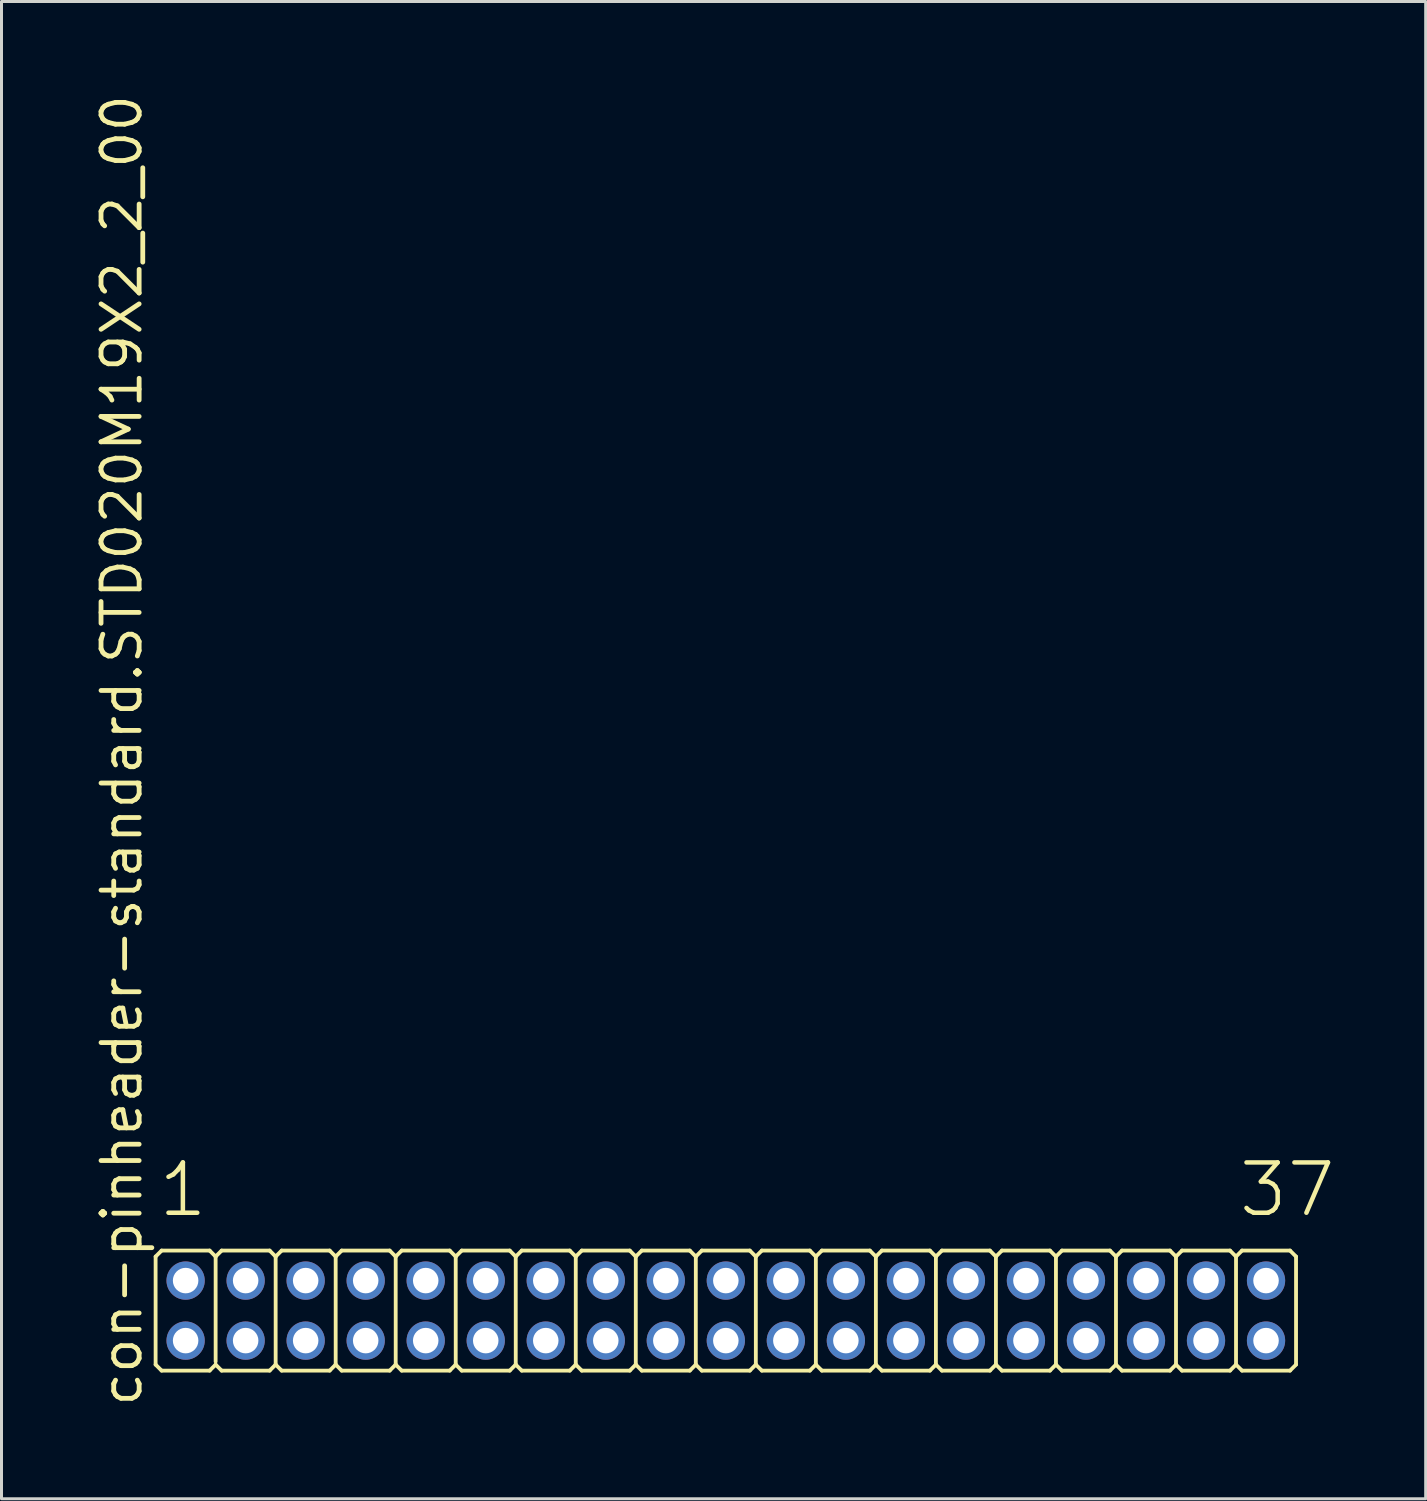
<source format=kicad_pcb>
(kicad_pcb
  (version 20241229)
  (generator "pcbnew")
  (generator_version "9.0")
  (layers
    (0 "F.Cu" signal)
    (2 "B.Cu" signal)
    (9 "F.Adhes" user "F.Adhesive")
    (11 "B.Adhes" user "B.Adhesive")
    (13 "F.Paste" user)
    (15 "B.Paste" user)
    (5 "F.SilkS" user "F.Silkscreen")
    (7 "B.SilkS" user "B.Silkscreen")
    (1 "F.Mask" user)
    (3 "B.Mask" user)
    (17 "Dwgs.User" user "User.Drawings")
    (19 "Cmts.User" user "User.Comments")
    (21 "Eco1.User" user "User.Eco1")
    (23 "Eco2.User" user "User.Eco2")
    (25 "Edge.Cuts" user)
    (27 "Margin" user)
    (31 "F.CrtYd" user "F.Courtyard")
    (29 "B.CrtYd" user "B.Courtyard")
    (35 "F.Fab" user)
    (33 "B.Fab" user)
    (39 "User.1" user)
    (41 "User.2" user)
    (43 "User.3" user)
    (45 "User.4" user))
  (footprint "con-pinheader-standard.STD020M19X2_2_00"
    (layer "F.Cu")
    (at 21.135 40.62)
    (property "Reference" "con-pinheader-standard.STD020M19X2_2_00" (at -19.385 3.27 90) (layer "F.SilkS") (effects (font (size 1.27 1.27) (thickness 0.16)) (justify left bottom)))
    (attr through_hole)
    (fp_line (start -19 1.8) (end -19 -1.8) (stroke (width 0.127) (type default)) (layer "F.SilkS"))
    (fp_line (start -18.8 -2) (end -19 -1.8) (stroke (width 0.127) (type default)) (layer "F.SilkS"))
    (fp_line (start -18.8 -2) (end -17.2 -2) (stroke (width 0.127) (type default)) (layer "F.SilkS"))
    (fp_line (start -18.8 2) (end -19 1.8) (stroke (width 0.127) (type default)) (layer "F.SilkS"))
    (fp_line (start -17.2 -2) (end -17 -1.8) (stroke (width 0.127) (type default)) (layer "F.SilkS"))
    (fp_line (start -17.2 2) (end -18.8 2) (stroke (width 0.127) (type default)) (layer "F.SilkS"))
    (fp_line (start -17.2 2) (end -17 1.8) (stroke (width 0.127) (type default)) (layer "F.SilkS"))
    (fp_line (start -17 -1.8) (end -17 1.7) (stroke (width 0.127) (type default)) (layer "F.SilkS"))
    (fp_line (start -16.8 -2) (end -17 -1.8) (stroke (width 0.127) (type default)) (layer "F.SilkS"))
    (fp_line (start -16.8 -2) (end -15.2 -2) (stroke (width 0.127) (type default)) (layer "F.SilkS"))
    (fp_line (start -16.8 2) (end -17 1.8) (stroke (width 0.127) (type default)) (layer "F.SilkS"))
    (fp_line (start -15.2 -2) (end -15 -1.8) (stroke (width 0.127) (type default)) (layer "F.SilkS"))
    (fp_line (start -15.2 2) (end -16.8 2) (stroke (width 0.127) (type default)) (layer "F.SilkS"))
    (fp_line (start -15.2 2) (end -15 1.8) (stroke (width 0.127) (type default)) (layer "F.SilkS"))
    (fp_line (start -15 -1.8) (end -15 1.8) (stroke (width 0.127) (type default)) (layer "F.SilkS"))
    (fp_line (start -14.8 -2) (end -15 -1.8) (stroke (width 0.127) (type default)) (layer "F.SilkS"))
    (fp_line (start -14.8 -2) (end -13.2 -2) (stroke (width 0.127) (type default)) (layer "F.SilkS"))
    (fp_line (start -14.8 2) (end -15 1.8) (stroke (width 0.127) (type default)) (layer "F.SilkS"))
    (fp_line (start -13.2 -2) (end -13 -1.8) (stroke (width 0.127) (type default)) (layer "F.SilkS"))
    (fp_line (start -13.2 2) (end -14.8 2) (stroke (width 0.127) (type default)) (layer "F.SilkS"))
    (fp_line (start -13.2 2) (end -13 1.8) (stroke (width 0.127) (type default)) (layer "F.SilkS"))
    (fp_line (start -13 -1.8) (end -13 1.8) (stroke (width 0.127) (type default)) (layer "F.SilkS"))
    (fp_line (start -12.8 -2) (end -13 -1.8) (stroke (width 0.127) (type default)) (layer "F.SilkS"))
    (fp_line (start -12.8 -2) (end -11.2 -2) (stroke (width 0.127) (type default)) (layer "F.SilkS"))
    (fp_line (start -12.8 2) (end -13 1.8) (stroke (width 0.127) (type default)) (layer "F.SilkS"))
    (fp_line (start -11.2 -2) (end -11 -1.8) (stroke (width 0.127) (type default)) (layer "F.SilkS"))
    (fp_line (start -11.2 2) (end -12.8 2) (stroke (width 0.127) (type default)) (layer "F.SilkS"))
    (fp_line (start -11.2 2) (end -11 1.8) (stroke (width 0.127) (type default)) (layer "F.SilkS"))
    (fp_line (start -11 -1.8) (end -11 1.8) (stroke (width 0.127) (type default)) (layer "F.SilkS"))
    (fp_line (start -10.8 -2) (end -11 -1.8) (stroke (width 0.127) (type default)) (layer "F.SilkS"))
    (fp_line (start -10.8 -2) (end -9.2 -2) (stroke (width 0.127) (type default)) (layer "F.SilkS"))
    (fp_line (start -10.8 2) (end -11 1.8) (stroke (width 0.127) (type default)) (layer "F.SilkS"))
    (fp_line (start -9.2 -2) (end -9 -1.8) (stroke (width 0.127) (type default)) (layer "F.SilkS"))
    (fp_line (start -9.2 2) (end -10.8 2) (stroke (width 0.127) (type default)) (layer "F.SilkS"))
    (fp_line (start -9.2 2) (end -9 1.8) (stroke (width 0.127) (type default)) (layer "F.SilkS"))
    (fp_line (start -9 -1.8) (end -9 1.8) (stroke (width 0.127) (type default)) (layer "F.SilkS"))
    (fp_line (start -8.8 -2) (end -9 -1.8) (stroke (width 0.127) (type default)) (layer "F.SilkS"))
    (fp_line (start -8.8 -2) (end -7.2 -2) (stroke (width 0.127) (type default)) (layer "F.SilkS"))
    (fp_line (start -8.8 2) (end -9 1.8) (stroke (width 0.127) (type default)) (layer "F.SilkS"))
    (fp_line (start -7.2 -2) (end -7 -1.8) (stroke (width 0.127) (type default)) (layer "F.SilkS"))
    (fp_line (start -7.2 2) (end -8.8 2) (stroke (width 0.127) (type default)) (layer "F.SilkS"))
    (fp_line (start -7.2 2) (end -7 1.8) (stroke (width 0.127) (type default)) (layer "F.SilkS"))
    (fp_line (start -7 -1.8) (end -7 1.8) (stroke (width 0.127) (type default)) (layer "F.SilkS"))
    (fp_line (start -6.8 -2) (end -7 -1.8) (stroke (width 0.127) (type default)) (layer "F.SilkS"))
    (fp_line (start -6.8 -2) (end -5.2 -2) (stroke (width 0.127) (type default)) (layer "F.SilkS"))
    (fp_line (start -6.8 2) (end -7 1.8) (stroke (width 0.127) (type default)) (layer "F.SilkS"))
    (fp_line (start -5.2 -2) (end -5 -1.8) (stroke (width 0.127) (type default)) (layer "F.SilkS"))
    (fp_line (start -5.2 2) (end -6.8 2) (stroke (width 0.127) (type default)) (layer "F.SilkS"))
    (fp_line (start -5.2 2) (end -5 1.8) (stroke (width 0.127) (type default)) (layer "F.SilkS"))
    (fp_line (start -5 -1.8) (end -5 1.8) (stroke (width 0.127) (type default)) (layer "F.SilkS"))
    (fp_line (start -4.8 -2) (end -5 -1.8) (stroke (width 0.127) (type default)) (layer "F.SilkS"))
    (fp_line (start -4.8 -2) (end -3.2 -2) (stroke (width 0.127) (type default)) (layer "F.SilkS"))
    (fp_line (start -4.8 2) (end -5 1.8) (stroke (width 0.127) (type default)) (layer "F.SilkS"))
    (fp_line (start -3.2 -2) (end -3 -1.8) (stroke (width 0.127) (type default)) (layer "F.SilkS"))
    (fp_line (start -3.2 2) (end -4.8 2) (stroke (width 0.127) (type default)) (layer "F.SilkS"))
    (fp_line (start -3.2 2) (end -3 1.8) (stroke (width 0.127) (type default)) (layer "F.SilkS"))
    (fp_line (start -3 -1.8) (end -3 1.8) (stroke (width 0.127) (type default)) (layer "F.SilkS"))
    (fp_line (start -2.8 -2) (end -3 -1.8) (stroke (width 0.127) (type default)) (layer "F.SilkS"))
    (fp_line (start -2.8 -2) (end -1.2 -2) (stroke (width 0.127) (type default)) (layer "F.SilkS"))
    (fp_line (start -2.8 2) (end -3 1.8) (stroke (width 0.127) (type default)) (layer "F.SilkS"))
    (fp_line (start -1.2 -2) (end -1 -1.8) (stroke (width 0.127) (type default)) (layer "F.SilkS"))
    (fp_line (start -1.2 2) (end -2.8 2) (stroke (width 0.127) (type default)) (layer "F.SilkS"))
    (fp_line (start -1.2 2) (end -1 1.8) (stroke (width 0.127) (type default)) (layer "F.SilkS"))
    (fp_line (start -1 -1.8) (end -1 1.8) (stroke (width 0.127) (type default)) (layer "F.SilkS"))
    (fp_line (start -0.8 -2) (end -1 -1.8) (stroke (width 0.127) (type default)) (layer "F.SilkS"))
    (fp_line (start -0.8 -2) (end 0.8 -2) (stroke (width 0.127) (type default)) (layer "F.SilkS"))
    (fp_line (start -0.8 2) (end -1 1.8) (stroke (width 0.127) (type default)) (layer "F.SilkS"))
    (fp_line (start 0.8 -2) (end 1 -1.8) (stroke (width 0.127) (type default)) (layer "F.SilkS"))
    (fp_line (start 0.8 2) (end -0.8 2) (stroke (width 0.127) (type default)) (layer "F.SilkS"))
    (fp_line (start 0.8 2) (end 1 1.8) (stroke (width 0.127) (type default)) (layer "F.SilkS"))
    (fp_line (start 1 -1.8) (end 1 1.8) (stroke (width 0.127) (type default)) (layer "F.SilkS"))
    (fp_line (start 1.2 -2) (end 1 -1.8) (stroke (width 0.127) (type default)) (layer "F.SilkS"))
    (fp_line (start 1.2 -2) (end 2.8 -2) (stroke (width 0.127) (type default)) (layer "F.SilkS"))
    (fp_line (start 1.2 2) (end 1 1.8) (stroke (width 0.127) (type default)) (layer "F.SilkS"))
    (fp_line (start 2.8 -2) (end 3 -1.8) (stroke (width 0.127) (type default)) (layer "F.SilkS"))
    (fp_line (start 2.8 2) (end 1.2 2) (stroke (width 0.127) (type default)) (layer "F.SilkS"))
    (fp_line (start 2.8 2) (end 3 1.8) (stroke (width 0.127) (type default)) (layer "F.SilkS"))
    (fp_line (start 3 -1.8) (end 3 1.8) (stroke (width 0.127) (type default)) (layer "F.SilkS"))
    (fp_line (start 3.2 -2) (end 3 -1.8) (stroke (width 0.127) (type default)) (layer "F.SilkS"))
    (fp_line (start 3.2 -2) (end 4.8 -2) (stroke (width 0.127) (type default)) (layer "F.SilkS"))
    (fp_line (start 3.2 2) (end 3 1.8) (stroke (width 0.127) (type default)) (layer "F.SilkS"))
    (fp_line (start 4.8 -2) (end 5 -1.8) (stroke (width 0.127) (type default)) (layer "F.SilkS"))
    (fp_line (start 4.8 2) (end 3.2 2) (stroke (width 0.127) (type default)) (layer "F.SilkS"))
    (fp_line (start 4.8 2) (end 5 1.8) (stroke (width 0.127) (type default)) (layer "F.SilkS"))
    (fp_line (start 5 -1.8) (end 5 1.8) (stroke (width 0.127) (type default)) (layer "F.SilkS"))
    (fp_line (start 5.2 -2) (end 5 -1.8) (stroke (width 0.127) (type default)) (layer "F.SilkS"))
    (fp_line (start 5.2 -2) (end 6.8 -2) (stroke (width 0.127) (type default)) (layer "F.SilkS"))
    (fp_line (start 5.2 2) (end 5 1.8) (stroke (width 0.127) (type default)) (layer "F.SilkS"))
    (fp_line (start 6.8 -2) (end 7 -1.8) (stroke (width 0.127) (type default)) (layer "F.SilkS"))
    (fp_line (start 6.8 2) (end 5.2 2) (stroke (width 0.127) (type default)) (layer "F.SilkS"))
    (fp_line (start 6.8 2) (end 7 1.8) (stroke (width 0.127) (type default)) (layer "F.SilkS"))
    (fp_line (start 7 -1.8) (end 7 1.8) (stroke (width 0.127) (type default)) (layer "F.SilkS"))
    (fp_line (start 7.2 -2) (end 7 -1.8) (stroke (width 0.127) (type default)) (layer "F.SilkS"))
    (fp_line (start 7.2 -2) (end 8.8 -2) (stroke (width 0.127) (type default)) (layer "F.SilkS"))
    (fp_line (start 7.2 2) (end 7 1.8) (stroke (width 0.127) (type default)) (layer "F.SilkS"))
    (fp_line (start 8.8 -2) (end 9 -1.8) (stroke (width 0.127) (type default)) (layer "F.SilkS"))
    (fp_line (start 8.8 2) (end 7.2 2) (stroke (width 0.127) (type default)) (layer "F.SilkS"))
    (fp_line (start 8.8 2) (end 9 1.8) (stroke (width 0.127) (type default)) (layer "F.SilkS"))
    (fp_line (start 9 -1.8) (end 9 1.8) (stroke (width 0.127) (type default)) (layer "F.SilkS"))
    (fp_line (start 9.2 -2) (end 9 -1.8) (stroke (width 0.127) (type default)) (layer "F.SilkS"))
    (fp_line (start 9.2 -2) (end 10.8 -2) (stroke (width 0.127) (type default)) (layer "F.SilkS"))
    (fp_line (start 9.2 2) (end 9 1.8) (stroke (width 0.127) (type default)) (layer "F.SilkS"))
    (fp_line (start 10.8 -2) (end 11 -1.8) (stroke (width 0.127) (type default)) (layer "F.SilkS"))
    (fp_line (start 10.8 2) (end 9.2 2) (stroke (width 0.127) (type default)) (layer "F.SilkS"))
    (fp_line (start 10.8 2) (end 11 1.8) (stroke (width 0.127) (type default)) (layer "F.SilkS"))
    (fp_line (start 11 -1.8) (end 11 1.8) (stroke (width 0.127) (type default)) (layer "F.SilkS"))
    (fp_line (start 11.2 -2) (end 11 -1.8) (stroke (width 0.127) (type default)) (layer "F.SilkS"))
    (fp_line (start 11.2 -2) (end 12.8 -2) (stroke (width 0.127) (type default)) (layer "F.SilkS"))
    (fp_line (start 11.2 2) (end 11 1.8) (stroke (width 0.127) (type default)) (layer "F.SilkS"))
    (fp_line (start 12.8 -2) (end 13 -1.8) (stroke (width 0.127) (type default)) (layer "F.SilkS"))
    (fp_line (start 12.8 2) (end 11.2 2) (stroke (width 0.127) (type default)) (layer "F.SilkS"))
    (fp_line (start 12.8 2) (end 13 1.8) (stroke (width 0.127) (type default)) (layer "F.SilkS"))
    (fp_line (start 13 -1.8) (end 13 1.8) (stroke (width 0.127) (type default)) (layer "F.SilkS"))
    (fp_line (start 13.2 -2) (end 13 -1.8) (stroke (width 0.127) (type default)) (layer "F.SilkS"))
    (fp_line (start 13.2 -2) (end 14.8 -2) (stroke (width 0.127) (type default)) (layer "F.SilkS"))
    (fp_line (start 13.2 2) (end 13 1.8) (stroke (width 0.127) (type default)) (layer "F.SilkS"))
    (fp_line (start 14.8 -2) (end 15 -1.8) (stroke (width 0.127) (type default)) (layer "F.SilkS"))
    (fp_line (start 14.8 2) (end 13.2 2) (stroke (width 0.127) (type default)) (layer "F.SilkS"))
    (fp_line (start 14.8 2) (end 15 1.8) (stroke (width 0.127) (type default)) (layer "F.SilkS"))
    (fp_line (start 15 -1.8) (end 15 1.8) (stroke (width 0.127) (type default)) (layer "F.SilkS"))
    (fp_line (start 15.2 -2) (end 15 -1.8) (stroke (width 0.127) (type default)) (layer "F.SilkS"))
    (fp_line (start 15.2 -2) (end 16.8 -2) (stroke (width 0.127) (type default)) (layer "F.SilkS"))
    (fp_line (start 15.2 2) (end 15 1.8) (stroke (width 0.127) (type default)) (layer "F.SilkS"))
    (fp_line (start 16.8 -2) (end 17 -1.8) (stroke (width 0.127) (type default)) (layer "F.SilkS"))
    (fp_line (start 16.8 2) (end 15.2 2) (stroke (width 0.127) (type default)) (layer "F.SilkS"))
    (fp_line (start 16.8 2) (end 17 1.8) (stroke (width 0.127) (type default)) (layer "F.SilkS"))
    (fp_line (start 17 -1.8) (end 17 1.8) (stroke (width 0.127) (type default)) (layer "F.SilkS"))
    (fp_line (start 17.2 -2) (end 17 -1.8) (stroke (width 0.127) (type default)) (layer "F.SilkS"))
    (fp_line (start 17.2 -2) (end 18.8 -2) (stroke (width 0.127) (type default)) (layer "F.SilkS"))
    (fp_line (start 17.2 2) (end 17 1.8) (stroke (width 0.127) (type default)) (layer "F.SilkS"))
    (fp_line (start 18.8 -2) (end 19 -1.8) (stroke (width 0.127) (type default)) (layer "F.SilkS"))
    (fp_line (start 18.8 2) (end 17.2 2) (stroke (width 0.127) (type default)) (layer "F.SilkS"))
    (fp_line (start 18.8 2) (end 19 1.8) (stroke (width 0.127) (type default)) (layer "F.SilkS"))
    (fp_line (start 19 -1.8) (end 19 1.8) (stroke (width 0.127) (type default)) (layer "F.SilkS"))
    (fp_rect (start -18.25 -0.75) (end -17.75 -1.25) (stroke (width 0.05) (type default)) (fill no) (layer "F.Fab"))
    (fp_rect (start -18.25 1.25) (end -17.75 0.75) (stroke (width 0.05) (type default)) (fill no) (layer "F.Fab"))
    (fp_rect (start -16.25 -0.75) (end -15.75 -1.25) (stroke (width 0.05) (type default)) (fill no) (layer "F.Fab"))
    (fp_rect (start -16.25 1.25) (end -15.75 0.75) (stroke (width 0.05) (type default)) (fill no) (layer "F.Fab"))
    (fp_rect (start -14.25 -0.75) (end -13.75 -1.25) (stroke (width 0.05) (type default)) (fill no) (layer "F.Fab"))
    (fp_rect (start -14.25 1.25) (end -13.75 0.75) (stroke (width 0.05) (type default)) (fill no) (layer "F.Fab"))
    (fp_rect (start -12.25 -0.75) (end -11.75 -1.25) (stroke (width 0.05) (type default)) (fill no) (layer "F.Fab"))
    (fp_rect (start -12.25 1.25) (end -11.75 0.75) (stroke (width 0.05) (type default)) (fill no) (layer "F.Fab"))
    (fp_rect (start -10.25 -0.75) (end -9.75 -1.25) (stroke (width 0.05) (type default)) (fill no) (layer "F.Fab"))
    (fp_rect (start -10.25 1.25) (end -9.75 0.75) (stroke (width 0.05) (type default)) (fill no) (layer "F.Fab"))
    (fp_rect (start -8.25 -0.75) (end -7.75 -1.25) (stroke (width 0.05) (type default)) (fill no) (layer "F.Fab"))
    (fp_rect (start -8.25 1.25) (end -7.75 0.75) (stroke (width 0.05) (type default)) (fill no) (layer "F.Fab"))
    (fp_rect (start -6.25 -0.75) (end -5.75 -1.25) (stroke (width 0.05) (type default)) (fill no) (layer "F.Fab"))
    (fp_rect (start -6.25 1.25) (end -5.75 0.75) (stroke (width 0.05) (type default)) (fill no) (layer "F.Fab"))
    (fp_rect (start -4.25 -0.75) (end -3.75 -1.25) (stroke (width 0.05) (type default)) (fill no) (layer "F.Fab"))
    (fp_rect (start -4.25 1.25) (end -3.75 0.75) (stroke (width 0.05) (type default)) (fill no) (layer "F.Fab"))
    (fp_rect (start -2.25 -0.75) (end -1.75 -1.25) (stroke (width 0.05) (type default)) (fill no) (layer "F.Fab"))
    (fp_rect (start -2.25 1.25) (end -1.75 0.75) (stroke (width 0.05) (type default)) (fill no) (layer "F.Fab"))
    (fp_rect (start -0.25 -0.75) (end 0.25 -1.25) (stroke (width 0.05) (type default)) (fill no) (layer "F.Fab"))
    (fp_rect (start -0.25 1.25) (end 0.25 0.75) (stroke (width 0.05) (type default)) (fill no) (layer "F.Fab"))
    (fp_rect (start 1.75 -0.75) (end 2.25 -1.25) (stroke (width 0.05) (type default)) (fill no) (layer "F.Fab"))
    (fp_rect (start 1.75 1.25) (end 2.25 0.75) (stroke (width 0.05) (type default)) (fill no) (layer "F.Fab"))
    (fp_rect (start 3.75 -0.75) (end 4.25 -1.25) (stroke (width 0.05) (type default)) (fill no) (layer "F.Fab"))
    (fp_rect (start 3.75 1.25) (end 4.25 0.75) (stroke (width 0.05) (type default)) (fill no) (layer "F.Fab"))
    (fp_rect (start 5.75 -0.75) (end 6.25 -1.25) (stroke (width 0.05) (type default)) (fill no) (layer "F.Fab"))
    (fp_rect (start 5.75 1.25) (end 6.25 0.75) (stroke (width 0.05) (type default)) (fill no) (layer "F.Fab"))
    (fp_rect (start 7.75 -0.75) (end 8.25 -1.25) (stroke (width 0.05) (type default)) (fill no) (layer "F.Fab"))
    (fp_rect (start 7.75 1.25) (end 8.25 0.75) (stroke (width 0.05) (type default)) (fill no) (layer "F.Fab"))
    (fp_rect (start 9.75 -0.75) (end 10.25 -1.25) (stroke (width 0.05) (type default)) (fill no) (layer "F.Fab"))
    (fp_rect (start 9.75 1.25) (end 10.25 0.75) (stroke (width 0.05) (type default)) (fill no) (layer "F.Fab"))
    (fp_rect (start 11.75 -0.75) (end 12.25 -1.25) (stroke (width 0.05) (type default)) (fill no) (layer "F.Fab"))
    (fp_rect (start 11.75 1.25) (end 12.25 0.75) (stroke (width 0.05) (type default)) (fill no) (layer "F.Fab"))
    (fp_rect (start 13.75 -0.75) (end 14.25 -1.25) (stroke (width 0.05) (type default)) (fill no) (layer "F.Fab"))
    (fp_rect (start 13.75 1.25) (end 14.25 0.75) (stroke (width 0.05) (type default)) (fill no) (layer "F.Fab"))
    (fp_rect (start 15.75 -0.75) (end 16.25 -1.25) (stroke (width 0.05) (type default)) (fill no) (layer "F.Fab"))
    (fp_rect (start 15.75 1.25) (end 16.25 0.75) (stroke (width 0.05) (type default)) (fill no) (layer "F.Fab"))
    (fp_rect (start 17.75 -0.75) (end 18.25 -1.25) (stroke (width 0.05) (type default)) (fill no) (layer "F.Fab"))
    (fp_rect (start 17.75 1.25) (end 18.25 0.75) (stroke (width 0.05) (type default)) (fill no) (layer "F.Fab"))
    (fp_text user "37" (at 17.012 -3.048 0) (layer "F.SilkS") (effects (font (size 1.676 1.676) (thickness 0.15)) (justify left bottom)))
    (fp_text user "1" (at -18.988 -3.048 0) (layer "F.SilkS") (effects (font (size 1.676 1.676) (thickness 0.15)) (justify left bottom)))
    (pad "1" thru_hole circle (at -18 -1) (size 1.275 1.275) (drill 0.85) (layers "*.Cu" "*.Mask"))
    (pad "2" thru_hole circle (at -18 1) (size 1.275 1.275) (drill 0.85) (layers "*.Cu" "*.Mask"))
    (pad "3" thru_hole circle (at -16 -1) (size 1.275 1.275) (drill 0.85) (layers "*.Cu" "*.Mask"))
    (pad "4" thru_hole circle (at -16 1) (size 1.275 1.275) (drill 0.85) (layers "*.Cu" "*.Mask"))
    (pad "5" thru_hole circle (at -14 -1) (size 1.275 1.275) (drill 0.85) (layers "*.Cu" "*.Mask"))
    (pad "6" thru_hole circle (at -14 1) (size 1.275 1.275) (drill 0.85) (layers "*.Cu" "*.Mask"))
    (pad "7" thru_hole circle (at -12 -1) (size 1.275 1.275) (drill 0.85) (layers "*.Cu" "*.Mask"))
    (pad "8" thru_hole circle (at -12 1) (size 1.275 1.275) (drill 0.85) (layers "*.Cu" "*.Mask"))
    (pad "9" thru_hole circle (at -10 -1) (size 1.275 1.275) (drill 0.85) (layers "*.Cu" "*.Mask"))
    (pad "10" thru_hole circle (at -10 1) (size 1.275 1.275) (drill 0.85) (layers "*.Cu" "*.Mask"))
    (pad "11" thru_hole circle (at -8 -1) (size 1.275 1.275) (drill 0.85) (layers "*.Cu" "*.Mask"))
    (pad "12" thru_hole circle (at -8 1) (size 1.275 1.275) (drill 0.85) (layers "*.Cu" "*.Mask"))
    (pad "13" thru_hole circle (at -6 -1) (size 1.275 1.275) (drill 0.85) (layers "*.Cu" "*.Mask"))
    (pad "14" thru_hole circle (at -6 1) (size 1.275 1.275) (drill 0.85) (layers "*.Cu" "*.Mask"))
    (pad "15" thru_hole circle (at -4 -1) (size 1.275 1.275) (drill 0.85) (layers "*.Cu" "*.Mask"))
    (pad "16" thru_hole circle (at -4 1) (size 1.275 1.275) (drill 0.85) (layers "*.Cu" "*.Mask"))
    (pad "17" thru_hole circle (at -2 -1) (size 1.275 1.275) (drill 0.85) (layers "*.Cu" "*.Mask"))
    (pad "18" thru_hole circle (at -2 1) (size 1.275 1.275) (drill 0.85) (layers "*.Cu" "*.Mask"))
    (pad "19" thru_hole circle (at 0 -1) (size 1.275 1.275) (drill 0.85) (layers "*.Cu" "*.Mask"))
    (pad "20" thru_hole circle (at 0 1) (size 1.275 1.275) (drill 0.85) (layers "*.Cu" "*.Mask"))
    (pad "21" thru_hole circle (at 2 -1) (size 1.275 1.275) (drill 0.85) (layers "*.Cu" "*.Mask"))
    (pad "22" thru_hole circle (at 2 1) (size 1.275 1.275) (drill 0.85) (layers "*.Cu" "*.Mask"))
    (pad "23" thru_hole circle (at 4 -1) (size 1.275 1.275) (drill 0.85) (layers "*.Cu" "*.Mask"))
    (pad "24" thru_hole circle (at 4 1) (size 1.275 1.275) (drill 0.85) (layers "*.Cu" "*.Mask"))
    (pad "25" thru_hole circle (at 6 -1) (size 1.275 1.275) (drill 0.85) (layers "*.Cu" "*.Mask"))
    (pad "26" thru_hole circle (at 6 1) (size 1.275 1.275) (drill 0.85) (layers "*.Cu" "*.Mask"))
    (pad "27" thru_hole circle (at 8 -1) (size 1.275 1.275) (drill 0.85) (layers "*.Cu" "*.Mask"))
    (pad "28" thru_hole circle (at 8 1) (size 1.275 1.275) (drill 0.85) (layers "*.Cu" "*.Mask"))
    (pad "29" thru_hole circle (at 10 -1) (size 1.275 1.275) (drill 0.85) (layers "*.Cu" "*.Mask"))
    (pad "30" thru_hole circle (at 10 1) (size 1.275 1.275) (drill 0.85) (layers "*.Cu" "*.Mask"))
    (pad "31" thru_hole circle (at 12 -1) (size 1.275 1.275) (drill 0.85) (layers "*.Cu" "*.Mask"))
    (pad "32" thru_hole circle (at 12 1) (size 1.275 1.275) (drill 0.85) (layers "*.Cu" "*.Mask"))
    (pad "33" thru_hole circle (at 14 -1) (size 1.275 1.275) (drill 0.85) (layers "*.Cu" "*.Mask"))
    (pad "34" thru_hole circle (at 14 1) (size 1.275 1.275) (drill 0.85) (layers "*.Cu" "*.Mask"))
    (pad "35" thru_hole circle (at 16 -1) (size 1.275 1.275) (drill 0.85) (layers "*.Cu" "*.Mask"))
    (pad "36" thru_hole circle (at 16 1) (size 1.275 1.275) (drill 0.85) (layers "*.Cu" "*.Mask"))
    (pad "37" thru_hole circle (at 18 -1) (size 1.275 1.275) (drill 0.85) (layers "*.Cu" "*.Mask"))
    (pad "38" thru_hole circle (at 18 1) (size 1.275 1.275) (drill 0.85) (layers "*.Cu" "*.Mask")))
  (gr_rect
    (start -3 -3)
    (end 44.455 46.89)
    (stroke (width 0.1) (type default))
    (fill no)
    (layer "Edge.Cuts")))
</source>
